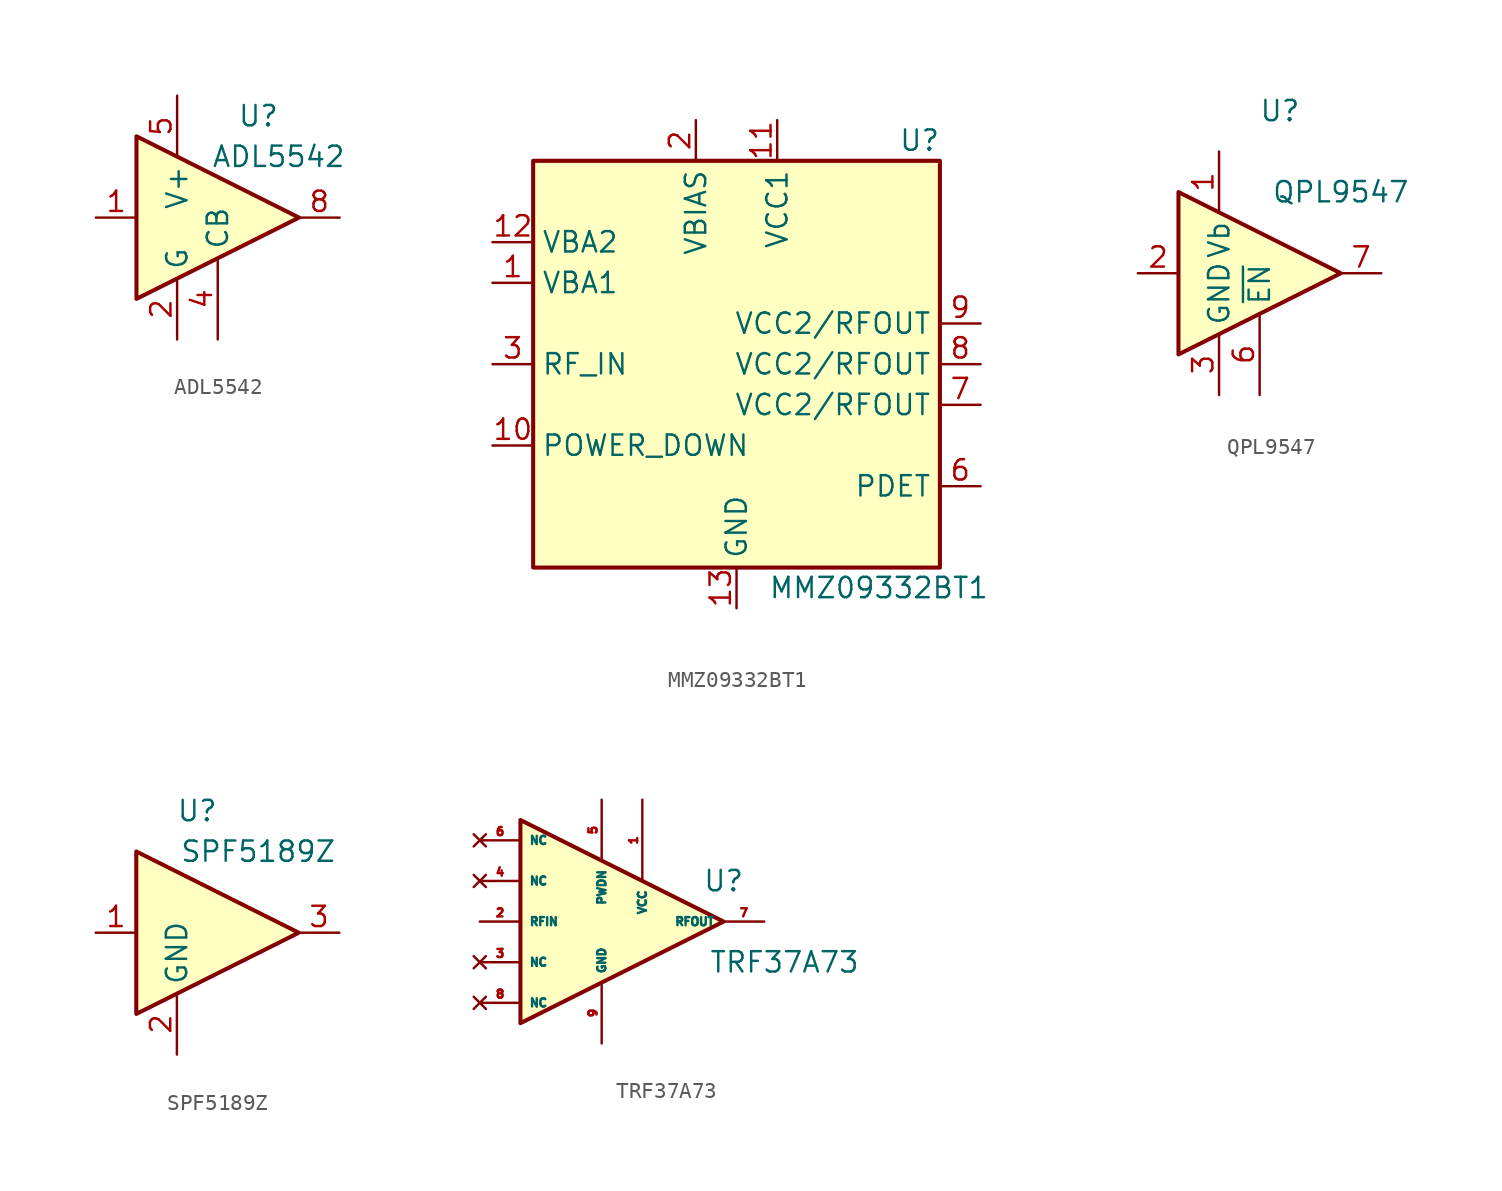
<source format=kicad_sym>
(kicad_symbol_lib
  (version 20211014)
  (generator kicad_symbol_editor)
  (symbol "ADL5542"
    (property "Reference" "U"
      (at 2.54 6.35 0)
      (effects (font (size 1.27 1.27))))
    (property "Value" "ADL5542"
      (at 3.81 3.81 0)
      (effects (font (size 1.27 1.27))))
    (symbol "ADL5542_0_1"
      (polyline (pts (xy 5.08 0) (xy -5.08 5.08) (xy -5.08 -5.08) (xy 5.08 0)) (stroke (width 0.254) (type default) (color 0 0 0 0)) (fill (type background))))
    (symbol "ADL5542_1_1"
      (pin input line (at -7.62 0 0) (length 2.54) (name "~" (effects (font (size 1.27 1.27)))) (number "1" (effects (font (size 1.27 1.27)))))
      (pin power_in line (at -2.54 -7.62 90) (length 3.81) (name "G" (effects (font (size 1.27 1.27)))) (number "2" (effects (font (size 1.27 1.27)))))
      (pin passive line (at 0 -7.62 90) (length 5.08) (name "CB" (effects (font (size 1.27 1.27)))) (number "4" (effects (font (size 1.27 1.27)))))
      (pin power_in line (at -2.54 7.62 270) (length 3.81) (name "V+" (effects (font (size 1.27 1.27)))) (number "5" (effects (font (size 1.27 1.27)))))
      (pin output line (at 7.62 0 180) (length 2.54) (name "~" (effects (font (size 1.27 1.27)))) (number "8" (effects (font (size 1.27 1.27)))))))
  (symbol "MMZ09332BT1"
    (property "Reference" "U"
      (at 11.43 13.97 0)
      (effects (font (size 1.27 1.27))))
    (property "Value" "MMZ09332BT1"
      (at 8.89 -13.97 0)
      (effects (font (size 1.27 1.27))))
    (symbol "MMZ09332BT1_0_1"
      (rectangle (start -12.7 12.7) (end 12.7 -12.7) (stroke (width 0.254) (type default) (color 0 0 0 0)) (fill (type background))))
    (symbol "MMZ09332BT1_1_1"
      (pin input line (at -15.24 5.08 0) (length 2.54) (name "VBA1" (effects (font (size 1.27 1.27)))) (number "1" (effects (font (size 1.27 1.27)))))
      (pin input line (at -15.24 -5.08 0) (length 2.54) (name "POWER_DOWN" (effects (font (size 1.27 1.27)))) (number "10" (effects (font (size 1.27 1.27)))))
      (pin power_in line (at 2.54 15.24 270) (length 2.54) (name "VCC1" (effects (font (size 1.27 1.27)))) (number "11" (effects (font (size 1.27 1.27)))))
      (pin input line (at -15.24 7.62 0) (length 2.54) (name "VBA2" (effects (font (size 1.27 1.27)))) (number "12" (effects (font (size 1.27 1.27)))))
      (pin power_in line (at 0 -15.24 90) (length 2.54) (name "GND" (effects (font (size 1.27 1.27)))) (number "13" (effects (font (size 1.27 1.27)))))
      (pin power_in line (at -2.54 15.24 270) (length 2.54) (name "VBIAS" (effects (font (size 1.27 1.27)))) (number "2" (effects (font (size 1.27 1.27)))))
      (pin input line (at -15.24 0 0) (length 2.54) (name "RF_IN" (effects (font (size 1.27 1.27)))) (number "3" (effects (font (size 1.27 1.27)))))
      (pin no_connect line (at -5.08 -12.7 90) (length 2.54) hide (name "NC" (effects (font (size 1.27 1.27)))) (number "4" (effects (font (size 1.27 1.27)))))
      (pin no_connect line (at -7.62 -12.7 90) (length 2.54) hide (name "NC" (effects (font (size 1.27 1.27)))) (number "5" (effects (font (size 1.27 1.27)))))
      (pin output line (at 15.24 -7.62 180) (length 2.54) (name "PDET" (effects (font (size 1.27 1.27)))) (number "6" (effects (font (size 1.27 1.27)))))
      (pin input line (at 15.24 -2.54 180) (length 2.54) (name "VCC2/RFOUT" (effects (font (size 1.27 1.27)))) (number "7" (effects (font (size 1.27 1.27)))))
      (pin input line (at 15.24 0 180) (length 2.54) (name "VCC2/RFOUT" (effects (font (size 1.27 1.27)))) (number "8" (effects (font (size 1.27 1.27)))))
      (pin input line (at 15.24 2.54 180) (length 2.54) (name "VCC2/RFOUT" (effects (font (size 1.27 1.27)))) (number "9" (effects (font (size 1.27 1.27)))))))
  (symbol "QPL9547"
    (property "Reference" "U"
      (at 1.27 10.16 0)
      (effects (font (size 1.27 1.27))))
    (property "Value" "QPL9547"
      (at 5.08 5.08 0)
      (effects (font (size 1.27 1.27))))
    (symbol "QPL9547_0_1"
      (polyline (pts (xy 5.08 0) (xy -5.08 5.08) (xy -5.08 -5.08) (xy 5.08 0)) (stroke (width 0.254) (type default) (color 0 0 0 0)) (fill (type background))))
    (symbol "QPL9547_1_1"
      (pin power_in line (at -2.54 7.62 270) (length 3.81) (name "Vb" (effects (font (size 1.27 1.27)))) (number "1" (effects (font (size 1.27 1.27)))))
      (pin input line (at -7.62 0 0) (length 2.54) (name "~" (effects (font (size 1.27 1.27)))) (number "2" (effects (font (size 1.27 1.27)))))
      (pin power_in line (at -2.54 -7.62 90) (length 3.81) (name "GND" (effects (font (size 1.27 1.27)))) (number "3" (effects (font (size 1.27 1.27)))))
      (pin passive line (at -2.54 -7.62 90) (length 3.81) hide (name "GND" (effects (font (size 1.27 1.27)))) (number "4" (effects (font (size 1.27 1.27)))))
      (pin passive line (at -2.54 -7.62 90) (length 3.81) hide (name "GND" (effects (font (size 1.27 1.27)))) (number "5" (effects (font (size 1.27 1.27)))))
      (pin passive line (at 0 -7.62 90) (length 5.08) (name "~{EN}" (effects (font (size 1.27 1.27)))) (number "6" (effects (font (size 1.27 1.27)))))
      (pin output line (at 7.62 0 180) (length 2.54) (name "~" (effects (font (size 1.27 1.27)))) (number "7" (effects (font (size 1.27 1.27)))))
      (pin passive line (at -2.54 -7.62 90) (length 3.81) hide (name "GND" (effects (font (size 1.27 1.27)))) (number "8" (effects (font (size 1.27 1.27)))))
      (pin passive line (at -2.54 -7.62 90) (length 3.81) hide (name "GND" (effects (font (size 1.27 1.27)))) (number "9" (effects (font (size 1.27 1.27)))))))
  (symbol "SPF5189Z"
    (property "Reference" "U"
      (at -1.27 7.62 0)
      (effects (font (size 1.27 1.27))))
    (property "Value" "SPF5189Z"
      (at 2.54 5.08 0)
      (effects (font (size 1.27 1.27))))
    (symbol "SPF5189Z_0_1"
      (polyline (pts (xy 5.08 0) (xy -5.08 5.08) (xy -5.08 -5.08) (xy 5.08 0)) (stroke (width 0.254) (type default) (color 0 0 0 0)) (fill (type background))))
    (symbol "SPF5189Z_1_1"
      (pin input line (at -7.62 0 0) (length 2.54) (name "~" (effects (font (size 1.27 1.27)))) (number "1" (effects (font (size 1.27 1.27)))))
      (pin power_in line (at -2.54 -7.62 90) (length 3.81) (name "GND" (effects (font (size 1.27 1.27)))) (number "2" (effects (font (size 1.27 1.27)))))
      (pin output line (at 7.62 0 180) (length 2.54) (name "~" (effects (font (size 1.27 1.27)))) (number "3" (effects (font (size 1.27 1.27)))))))
  (symbol "TRF37A73"
    (property "Reference" "U"
      (at 7.62 2.54 0)
      (effects (font (size 1.27 1.27))))
    (property "Value" "TRF37A73"
      (at 11.43 -2.54 0)
      (effects (font (size 1.27 1.27))))
    (symbol "TRF37A73_1_1"
      (polyline (pts (xy -5.08 6.35) (xy -5.08 0) (xy -5.08 -6.35) (xy 7.62 0) (xy -5.08 6.35)) (stroke (width 0.254) (type default) (color 0 0 0 0)) (fill (type background)))
      (pin power_in line (at 2.54 7.62 270) (length 5.08) (name "VCC" (effects (font (size 0.508 0.508)))) (number "1" (effects (font (size 0.508 0.508)))))
      (pin input line (at -7.62 0 0) (length 2.54) (name "RFIN" (effects (font (size 0.508 0.508)))) (number "2" (effects (font (size 0.508 0.508)))))
      (pin no_connect line (at -7.62 -2.54 0) (length 2.54) (name "NC" (effects (font (size 0.508 0.508)))) (number "3" (effects (font (size 0.508 0.508)))))
      (pin no_connect line (at -7.62 2.54 0) (length 2.54) (name "NC" (effects (font (size 0.508 0.508)))) (number "4" (effects (font (size 0.508 0.508)))))
      (pin passive line (at 0 7.62 270) (length 3.81) (name "PWDN" (effects (font (size 0.508 0.508)))) (number "5" (effects (font (size 0.508 0.508)))))
      (pin no_connect line (at -7.62 5.08 0) (length 2.54) (name "NC" (effects (font (size 0.508 0.508)))) (number "6" (effects (font (size 0.508 0.508)))))
      (pin output line (at 10.16 0 180) (length 2.54) (name "RFOUT" (effects (font (size 0.508 0.508)))) (number "7" (effects (font (size 0.508 0.508)))))
      (pin no_connect line (at -7.62 -5.08 0) (length 2.54) (name "NC" (effects (font (size 0.508 0.508)))) (number "8" (effects (font (size 0.508 0.508)))))
      (pin power_in line (at 0 -7.62 90) (length 3.81) (name "GND" (effects (font (size 0.508 0.508)))) (number "9" (effects (font (size 0.508 0.508))))))))
</source>
